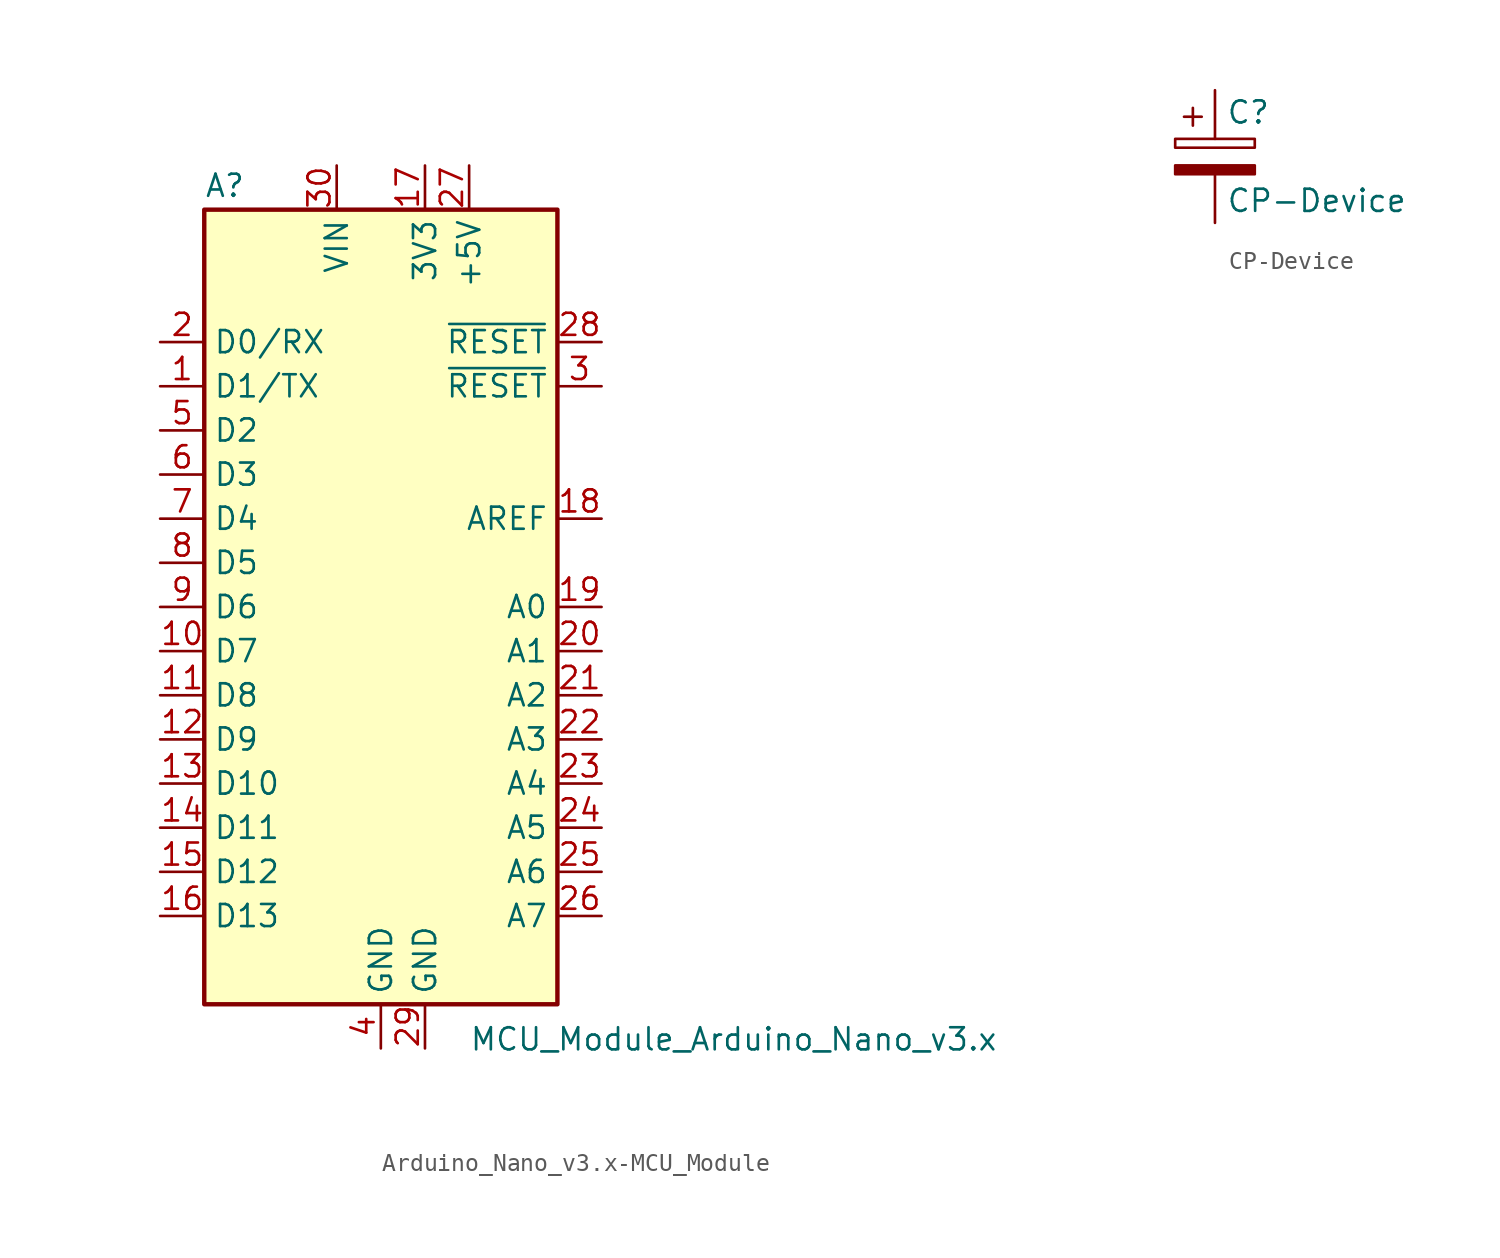
<source format=kicad_sym>
(kicad_symbol_lib
  (version 20220914)
  (generator kicad_symbol_editor)
  (symbol "Arduino_Nano_v3.x-MCU_Module"
    (property "Reference" "A"
      (at -10.16 23.495 0)
      (effects (font (size 1.27 1.27)) (justify left bottom)))
    (property "Value" "MCU_Module_Arduino_Nano_v3.x"
      (at 5.08 -24.13 0)
      (effects (font (size 1.27 1.27)) (justify left top)))
    (symbol "Arduino_Nano_v3.x-MCU_Module_0_1"
      (rectangle (start -10.16 22.86) (end 10.16 -22.86) (stroke (width 0.254) (type solid)) (fill (type background))))
    (symbol "Arduino_Nano_v3.x-MCU_Module_1_1"
      (pin bidirectional line (at -12.7 12.7 0) (length 2.54) (name "D1/TX" (effects (font (size 1.27 1.27)))) (number "1" (effects (font (size 1.27 1.27)))))
      (pin bidirectional line (at -12.7 -2.54 0) (length 2.54) (name "D7" (effects (font (size 1.27 1.27)))) (number "10" (effects (font (size 1.27 1.27)))))
      (pin bidirectional line (at -12.7 -5.08 0) (length 2.54) (name "D8" (effects (font (size 1.27 1.27)))) (number "11" (effects (font (size 1.27 1.27)))))
      (pin bidirectional line (at -12.7 -7.62 0) (length 2.54) (name "D9" (effects (font (size 1.27 1.27)))) (number "12" (effects (font (size 1.27 1.27)))))
      (pin bidirectional line (at -12.7 -10.16 0) (length 2.54) (name "D10" (effects (font (size 1.27 1.27)))) (number "13" (effects (font (size 1.27 1.27)))))
      (pin bidirectional line (at -12.7 -12.7 0) (length 2.54) (name "D11" (effects (font (size 1.27 1.27)))) (number "14" (effects (font (size 1.27 1.27)))))
      (pin bidirectional line (at -12.7 -15.24 0) (length 2.54) (name "D12" (effects (font (size 1.27 1.27)))) (number "15" (effects (font (size 1.27 1.27)))))
      (pin bidirectional line (at -12.7 -17.78 0) (length 2.54) (name "D13" (effects (font (size 1.27 1.27)))) (number "16" (effects (font (size 1.27 1.27)))))
      (pin power_out line (at 2.54 25.4 270) (length 2.54) (name "3V3" (effects (font (size 1.27 1.27)))) (number "17" (effects (font (size 1.27 1.27)))))
      (pin input line (at 12.7 5.08 180) (length 2.54) (name "AREF" (effects (font (size 1.27 1.27)))) (number "18" (effects (font (size 1.27 1.27)))))
      (pin bidirectional line (at 12.7 0 180) (length 2.54) (name "A0" (effects (font (size 1.27 1.27)))) (number "19" (effects (font (size 1.27 1.27)))))
      (pin bidirectional line (at -12.7 15.24 0) (length 2.54) (name "D0/RX" (effects (font (size 1.27 1.27)))) (number "2" (effects (font (size 1.27 1.27)))))
      (pin bidirectional line (at 12.7 -2.54 180) (length 2.54) (name "A1" (effects (font (size 1.27 1.27)))) (number "20" (effects (font (size 1.27 1.27)))))
      (pin bidirectional line (at 12.7 -5.08 180) (length 2.54) (name "A2" (effects (font (size 1.27 1.27)))) (number "21" (effects (font (size 1.27 1.27)))))
      (pin bidirectional line (at 12.7 -7.62 180) (length 2.54) (name "A3" (effects (font (size 1.27 1.27)))) (number "22" (effects (font (size 1.27 1.27)))))
      (pin bidirectional line (at 12.7 -10.16 180) (length 2.54) (name "A4" (effects (font (size 1.27 1.27)))) (number "23" (effects (font (size 1.27 1.27)))))
      (pin bidirectional line (at 12.7 -12.7 180) (length 2.54) (name "A5" (effects (font (size 1.27 1.27)))) (number "24" (effects (font (size 1.27 1.27)))))
      (pin bidirectional line (at 12.7 -15.24 180) (length 2.54) (name "A6" (effects (font (size 1.27 1.27)))) (number "25" (effects (font (size 1.27 1.27)))))
      (pin bidirectional line (at 12.7 -17.78 180) (length 2.54) (name "A7" (effects (font (size 1.27 1.27)))) (number "26" (effects (font (size 1.27 1.27)))))
      (pin power_out line (at 5.08 25.4 270) (length 2.54) (name "+5V" (effects (font (size 1.27 1.27)))) (number "27" (effects (font (size 1.27 1.27)))))
      (pin input line (at 12.7 15.24 180) (length 2.54) (name "~{RESET}" (effects (font (size 1.27 1.27)))) (number "28" (effects (font (size 1.27 1.27)))))
      (pin power_in line (at 2.54 -25.4 90) (length 2.54) (name "GND" (effects (font (size 1.27 1.27)))) (number "29" (effects (font (size 1.27 1.27)))))
      (pin input line (at 12.7 12.7 180) (length 2.54) (name "~{RESET}" (effects (font (size 1.27 1.27)))) (number "3" (effects (font (size 1.27 1.27)))))
      (pin power_in line (at -2.54 25.4 270) (length 2.54) (name "VIN" (effects (font (size 1.27 1.27)))) (number "30" (effects (font (size 1.27 1.27)))))
      (pin power_in line (at 0 -25.4 90) (length 2.54) (name "GND" (effects (font (size 1.27 1.27)))) (number "4" (effects (font (size 1.27 1.27)))))
      (pin bidirectional line (at -12.7 10.16 0) (length 2.54) (name "D2" (effects (font (size 1.27 1.27)))) (number "5" (effects (font (size 1.27 1.27)))))
      (pin bidirectional line (at -12.7 7.62 0) (length 2.54) (name "D3" (effects (font (size 1.27 1.27)))) (number "6" (effects (font (size 1.27 1.27)))))
      (pin bidirectional line (at -12.7 5.08 0) (length 2.54) (name "D4" (effects (font (size 1.27 1.27)))) (number "7" (effects (font (size 1.27 1.27)))))
      (pin bidirectional line (at -12.7 2.54 0) (length 2.54) (name "D5" (effects (font (size 1.27 1.27)))) (number "8" (effects (font (size 1.27 1.27)))))
      (pin bidirectional line (at -12.7 0 0) (length 2.54) (name "D6" (effects (font (size 1.27 1.27)))) (number "9" (effects (font (size 1.27 1.27)))))))
  (symbol "CP-Device"
    (pin_numbers hide)
    (pin_names
      (offset 0.254))
    (property "Reference" "C"
      (at 0.635 2.54 0)
      (effects (font (size 1.27 1.27)) (justify left)))
    (property "Value" "CP-Device"
      (at 0.635 -2.54 0)
      (effects (font (size 1.27 1.27)) (justify left)))
    (symbol "CP-Device_0_1"
      (rectangle (start -2.286 0.508) (end 2.286 1.016) (stroke (width 0) (type solid)) (fill (type none)))
      (polyline (pts (xy -1.778 2.286) (xy -0.762 2.286)) (stroke (width 0) (type solid)) (fill (type none)))
      (polyline (pts (xy -1.27 2.794) (xy -1.27 1.778)) (stroke (width 0) (type solid)) (fill (type none)))
      (rectangle (start 2.286 -0.508) (end -2.286 -1.016) (stroke (width 0) (type solid)) (fill (type outline))))
    (symbol "CP-Device_1_1"
      (pin passive line (at 0 3.81 270) (length 2.794) (name "~" (effects (font (size 1.27 1.27)))) (number "1" (effects (font (size 1.27 1.27)))))
      (pin passive line (at 0 -3.81 90) (length 2.794) (name "~" (effects (font (size 1.27 1.27)))) (number "2" (effects (font (size 1.27 1.27))))))))
</source>
